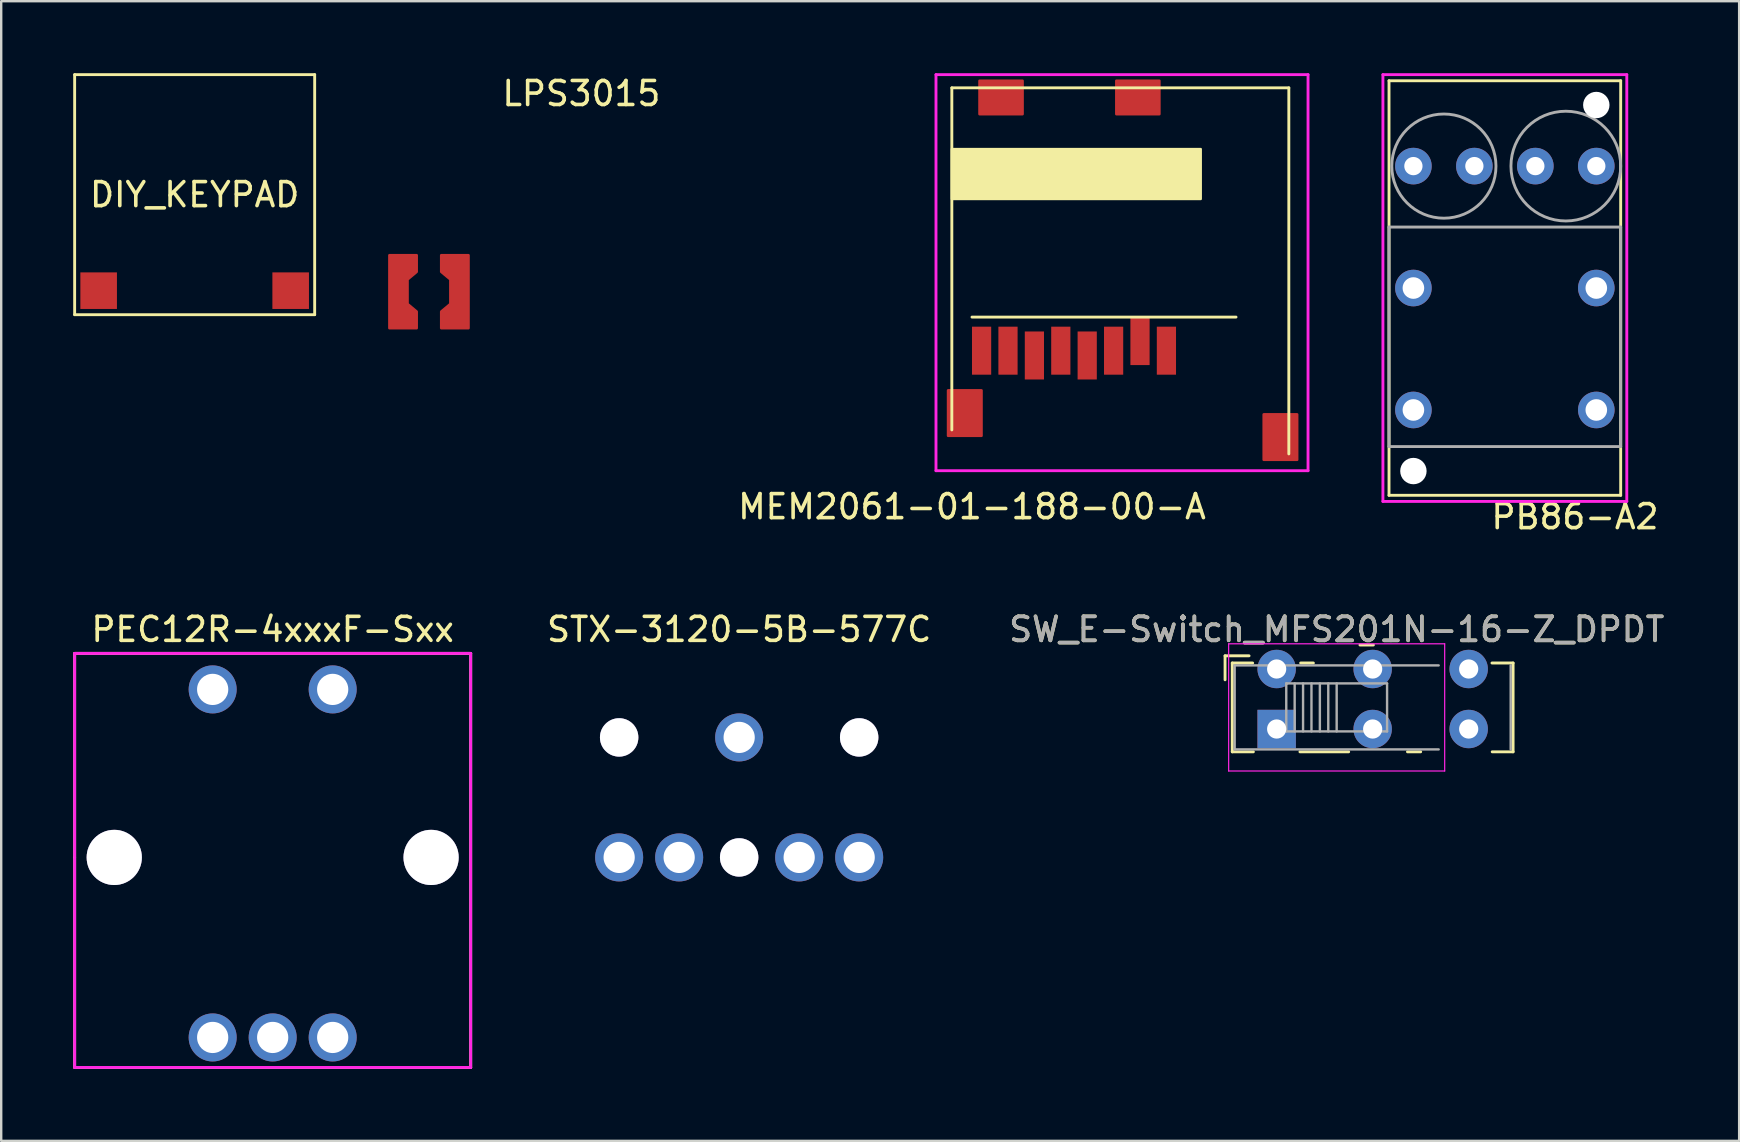
<source format=kicad_pcb>
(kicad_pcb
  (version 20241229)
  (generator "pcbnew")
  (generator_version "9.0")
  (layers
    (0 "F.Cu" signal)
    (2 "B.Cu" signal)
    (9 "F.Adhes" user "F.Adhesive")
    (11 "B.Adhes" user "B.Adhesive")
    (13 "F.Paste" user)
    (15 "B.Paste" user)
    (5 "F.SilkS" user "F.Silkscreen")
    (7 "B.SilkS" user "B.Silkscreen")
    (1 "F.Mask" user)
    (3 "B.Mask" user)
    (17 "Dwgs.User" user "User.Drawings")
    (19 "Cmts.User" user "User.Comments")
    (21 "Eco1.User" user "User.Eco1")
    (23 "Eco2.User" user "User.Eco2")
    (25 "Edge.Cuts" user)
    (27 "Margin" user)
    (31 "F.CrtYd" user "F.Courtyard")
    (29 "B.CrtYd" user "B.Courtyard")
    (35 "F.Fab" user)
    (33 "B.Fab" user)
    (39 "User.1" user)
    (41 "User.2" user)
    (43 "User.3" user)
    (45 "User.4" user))
  (footprint "PEC12R-4xxxF-Sxx"
    (layer "F.Cu")
    (at 8.31 25.672)
    (property "Reference" "PEC12R-4xxxF-Sxx" (at 0 -2.5 0) (layer "F.SilkS") (effects (font (size 1 1) (thickness 0.15))))
    (attr through_hole)
    (fp_line (start -8.25 -1.5) (end 8.25 -1.5) (stroke (width 0.12) (type solid)) (layer "F.SilkS"))
    (fp_line (start -8.25 7) (end -8.25 -1.5) (stroke (width 0.12) (type solid)) (layer "F.SilkS"))
    (fp_line (start -8.25 15.75) (end -8.25 7) (stroke (width 0.12) (type solid)) (layer "F.SilkS"))
    (fp_line (start 8.25 -1.5) (end 8.25 15.75) (stroke (width 0.12) (type solid)) (layer "F.SilkS"))
    (fp_line (start 8.25 15.75) (end -8.25 15.75) (stroke (width 0.12) (type solid)) (layer "F.SilkS"))
    (fp_line (start -8.25 -1.5) (end 8.25 -1.5) (stroke (width 0.12) (type solid)) (layer "F.CrtYd"))
    (fp_line (start -8.25 15.75) (end -8.25 -1.5) (stroke (width 0.12) (type solid)) (layer "F.CrtYd"))
    (fp_line (start 8.25 -1.5) (end 8.25 15.75) (stroke (width 0.12) (type solid)) (layer "F.CrtYd"))
    (fp_line (start 8.25 15.75) (end -8.25 15.75) (stroke (width 0.12) (type solid)) (layer "F.CrtYd"))
    (pad "1" thru_hole circle (at -2.5 0) (size 2 2) (drill 1.3) (layers "*.Cu" "*.Mask"))
    (pad "2" thru_hole circle (at 2.5 0) (size 2 2) (drill 1.3) (layers "*.Cu" "*.Mask"))
    (pad "3" thru_hole circle (at -2.5 14.5) (size 2 2) (drill 1.3) (layers "*.Cu" "*.Mask"))
    (pad "4" thru_hole circle (at 0 14.5) (size 2 2) (drill 1.3) (layers "*.Cu" "*.Mask"))
    (pad "5" thru_hole circle (at 2.5 14.5) (size 2 2) (drill 1.3) (layers "*.Cu" "*.Mask"))
    (pad "6" thru_hole circle (at 6.6 7) (size 2.3 2.3) (drill 2.3) (layers "*.Cu" "*.Mask"))
    (pad "7" thru_hole circle (at -6.6 7) (size 2.3 2.3) (drill 2.3) (layers "*.Cu" "*.Mask")))
  (footprint "MEM2061-01-188-00-A"
    (layer "F.Cu")
    (at 37.445 10.56)
    (property "Reference" "MEM2061-01-188-00-A" (at 0 7.5 0) (layer "F.SilkS") (effects (font (size 1 1) (thickness 0.15))))
    (attr through_hole)
    (fp_line (start -0.84 -9.95) (end 13.2 -9.95) (stroke (width 0.12) (type solid)) (layer "F.SilkS"))
    (fp_line (start -0.84 4.3) (end -0.84 -9.95) (stroke (width 0.12) (type solid)) (layer "F.SilkS"))
    (fp_line (start 11 -0.4) (end 0 -0.4) (stroke (width 0.12) (type solid)) (layer "F.SilkS"))
    (fp_line (start 13.2 -9.95) (end 13.2 5.3) (stroke (width 0.12) (type solid)) (layer "F.SilkS"))
    (fp_poly (pts (xy 9.53 -5.32) (xy -0.84 -5.32) (xy -0.84 -7.4) (xy 9.53 -7.4)) (stroke (width 0.1) (type solid)) (fill yes) (layer "F.SilkS"))
    (fp_line (start -1.5 -10.5) (end 14 -10.5) (stroke (width 0.12) (type solid)) (layer "F.CrtYd"))
    (fp_line (start -1.5 6) (end -1.5 -10.5) (stroke (width 0.12) (type solid)) (layer "F.CrtYd"))
    (fp_line (start 14 -10.5) (end 14 6) (stroke (width 0.12) (type solid)) (layer "F.CrtYd"))
    (fp_line (start 14 6) (end -1.5 6) (stroke (width 0.12) (type solid)) (layer "F.CrtYd"))
    (pad "1" smd rect (at 8.1 1) (size 0.8 2) (layers "F.Cu" "F.Mask" "F.Paste"))
    (pad "2" smd rect (at 7 0.6) (size 0.8 2) (layers "F.Cu" "F.Mask" "F.Paste"))
    (pad "3" smd rect (at 5.9 1) (size 0.8 2) (layers "F.Cu" "F.Mask" "F.Paste"))
    (pad "4" smd rect (at 4.8 1.2) (size 0.8 2) (layers "F.Cu" "F.Mask" "F.Paste"))
    (pad "5" smd rect (at 3.7 1) (size 0.8 2) (layers "F.Cu" "F.Mask" "F.Paste"))
    (pad "6" smd rect (at 2.6 1.2) (size 0.8 2) (layers "F.Cu" "F.Mask" "F.Paste"))
    (pad "7" smd rect (at 1.5 1) (size 0.8 2) (layers "F.Cu" "F.Mask" "F.Paste"))
    (pad "8" smd rect (at 0.4 1) (size 0.8 2) (layers "F.Cu" "F.Mask" "F.Paste"))
    (pad "9" smd custom (at 12.7 5.08) (size 1 1) (layers "F.Cu" "F.Mask" "F.Paste") (options (anchor circle)) (primitives (gr_poly (pts (xy 0.85 0.47) (xy -0.55 0.47) (xy -0.55 -1.43) (xy 0.85 -1.43)) (width 0.1) (fill yes))))
    (pad "10" smd custom (at -0.25 3.5) (size 1 1) (layers "F.Cu" "F.Mask" "F.Paste") (options (anchor circle)) (primitives (gr_poly (pts (xy 0.65 1.05) (xy -0.75 1.05) (xy -0.75 -0.85) (xy 0.65 -0.85)) (width 0.1) (fill yes))))
    (pad "12" smd custom (at 1.25 -9.5) (size 1 1) (layers "F.Cu" "F.Mask" "F.Paste") (options (anchor circle)) (primitives (gr_poly (pts (xy 0.86 0.65) (xy -0.94 0.65) (xy -0.94 -0.75) (xy 0.86 -0.75)) (width 0.1) (fill yes))))
    (pad "13" smd custom (at 7 -9.5) (size 1 1) (layers "F.Cu" "F.Mask" "F.Paste") (options (anchor circle)) (primitives (gr_poly (pts (xy 0.81 0.65) (xy -0.99 0.65) (xy -0.99 -0.75) (xy 0.81 -0.75)) (width 0.1) (fill yes)))))
  (footprint "LPS3015"
    (layer "F.Cu")
    (at 14.821 9.103)
    (property "Reference" "LPS3015" (at 6.35 -8.255 0) (layer "F.SilkS") (effects (font (size 1 1) (thickness 0.15))))
    (attr smd)
    (pad "1" smd custom (at -1.27 0) (size 0.127 0.127) (layers "F.Cu" "F.Mask" "F.Paste") (options (anchor circle)) (primitives (gr_poly (pts (xy 0.762 -0.889) (xy 0.762 -0.826) (xy 0.381 -0.508) (xy 0.381 0) (xy 0.381 0.508) (xy 0.762 0.826) (xy 0.762 0.921) (xy 0.762 1.524) (xy -0.381 1.524) (xy -0.381 -0.254) (xy -0.381 -1.524) (xy 0.762 -1.524)) (width 0.1) (fill yes))))
    (pad "2" smd custom (at 1.27 0 180) (size 0.127 0.127) (layers "F.Cu" "F.Mask" "F.Paste") (options (anchor circle)) (primitives (gr_poly (pts (xy 0.762 -0.889) (xy 0.762 -0.826) (xy 0.381 -0.508) (xy 0.381 0) (xy 0.381 0.508) (xy 0.762 0.826) (xy 0.762 0.921) (xy 0.762 1.524) (xy -0.381 1.524) (xy -0.381 -0.254) (xy -0.381 -1.524) (xy 0.762 -1.524)) (width 0.1) (fill yes)))))
  (footprint "DIY_KEYPAD"
    (layer "F.Cu")
    (at 5.06 5.06)
    (property "Reference" "DIY_KEYPAD" (at 0 0 0) (layer "F.SilkS") (effects (font (size 1 1) (thickness 0.15))))
    (attr through_hole)
    (fp_line (start -5 -5) (end 5 -5) (stroke (width 0.12) (type solid)) (layer "F.SilkS"))
    (fp_line (start -5 5) (end -5 -5) (stroke (width 0.12) (type solid)) (layer "F.SilkS"))
    (fp_line (start 5 -5) (end 5 5) (stroke (width 0.12) (type solid)) (layer "F.SilkS"))
    (fp_line (start 5 5) (end -5 5) (stroke (width 0.12) (type solid)) (layer "F.SilkS"))
    (pad "1" smd rect (at -4 4) (size 1.524 1.524) (layers "F.Cu" "F.Mask" "F.Paste"))
    (pad "2" smd rect (at 4 4) (size 1.524 1.524) (layers "F.Cu" "F.Mask" "F.Paste")))
  (footprint "SW_E-Switch_MFS201N−16−Z_DPDT"
    (layer "F.Cu")
    (at 50.138 24.822)
    (property "Reference" "SW_E-Switch_MFS201N−16−Z_DPDT" (at 2.5 -1.65 0) (layer "F.SilkS") (effects (font (size 1 1) (thickness 0.15))))
    (attr through_hole)
    (fp_line (start -2.15 -0.55) (end -1.15 -0.55) (stroke (width 0.12) (type solid)) (layer "F.SilkS"))
    (fp_line (start -2.15 0.45) (end -2.15 -0.55) (stroke (width 0.12) (type solid)) (layer "F.SilkS"))
    (fp_line (start -1.85 -0.25) (end -1 -0.25) (stroke (width 0.12) (type solid)) (layer "F.SilkS"))
    (fp_line (start -1.85 3.45) (end -1.85 -0.25) (stroke (width 0.12) (type solid)) (layer "F.SilkS"))
    (fp_line (start -0.97 3.45) (end -1.85 3.45) (stroke (width 0.12) (type solid)) (layer "F.SilkS"))
    (fp_line (start 1 -0.25) (end 1.53 -0.25) (stroke (width 0.12) (type solid)) (layer "F.SilkS"))
    (fp_line (start 3 3.45) (end 0.97 3.45) (stroke (width 0.12) (type solid)) (layer "F.SilkS"))
    (fp_line (start 3.47 -1) (end 4.03 -1) (stroke (width 0.12) (type solid)) (layer "F.SilkS"))
    (fp_line (start 6 3.45) (end 5.45 3.45) (stroke (width 0.12) (type solid)) (layer "F.SilkS"))
    (fp_line (start 8.97 -0.25) (end 9.85 -0.25) (stroke (width 0.12) (type solid)) (layer "F.SilkS"))
    (fp_line (start 9.85 -0.25) (end 9.85 3.45) (stroke (width 0.12) (type solid)) (layer "F.SilkS"))
    (fp_line (start 9.85 3.45) (end 8.98 3.45) (stroke (width 0.12) (type solid)) (layer "F.SilkS"))
    (fp_line (start -2 -1.05) (end 7 -1.05) (stroke (width 0.05) (type solid)) (layer "F.CrtYd"))
    (fp_line (start -2 4.25) (end -2 -1.05) (stroke (width 0.05) (type solid)) (layer "F.CrtYd"))
    (fp_line (start 7 -1.05) (end 7 4.25) (stroke (width 0.05) (type solid)) (layer "F.CrtYd"))
    (fp_line (start 7 4.25) (end -2 4.25) (stroke (width 0.05) (type solid)) (layer "F.CrtYd"))
    (fp_line (start -1.75 -0.15) (end -1.75 3.35) (stroke (width 0.1) (type solid)) (layer "F.Fab"))
    (fp_line (start -1.75 -0.15) (end 6.75 -0.15) (stroke (width 0.1) (type solid)) (layer "F.Fab"))
    (fp_line (start 0.4 0.6) (end 0.4 2.6) (stroke (width 0.1) (type solid)) (layer "F.Fab"))
    (fp_line (start 0.4 0.6) (end 4.6 0.6) (stroke (width 0.1) (type solid)) (layer "F.Fab"))
    (fp_line (start 0.75 0.6) (end 0.75 2.6) (stroke (width 0.1) (type solid)) (layer "F.Fab"))
    (fp_line (start 1.1 0.6) (end 1.1 2.6) (stroke (width 0.1) (type solid)) (layer "F.Fab"))
    (fp_line (start 1.45 0.6) (end 1.45 2.6) (stroke (width 0.1) (type solid)) (layer "F.Fab"))
    (fp_line (start 1.8 0.6) (end 1.8 2.6) (stroke (width 0.1) (type solid)) (layer "F.Fab"))
    (fp_line (start 2.15 0.6) (end 2.15 2.6) (stroke (width 0.1) (type solid)) (layer "F.Fab"))
    (fp_line (start 2.5 0.6) (end 2.5 2.6) (stroke (width 0.1) (type solid)) (layer "F.Fab"))
    (fp_line (start 4.6 0.6) (end 4.6 2.6) (stroke (width 0.1) (type solid)) (layer "F.Fab"))
    (fp_line (start 4.6 2.6) (end 0.4 2.6) (stroke (width 0.1) (type solid)) (layer "F.Fab"))
    (fp_line (start 6.75 3.35) (end -1.75 3.35) (stroke (width 0.1) (type solid)) (layer "F.Fab"))
    (fp_line (start 9.75 -0.15) (end 9.75 3.35) (stroke (width 0.1) (type solid)) (layer "F.Fab"))
    (fp_text user "${REFERENCE}" (at 2.5 -1.65 0) (layer "F.Fab") (effects (font (size 1 1) (thickness 0.15))))
    (pad "1" thru_hole rect (at 0 2.5) (size 1.6 1.6) (drill 0.8) (layers "*.Cu" "*.Mask"))
    (pad "2" thru_hole circle (at 4 2.5) (size 1.6 1.6) (drill 0.8) (layers "*.Cu" "*.Mask"))
    (pad "3" thru_hole circle (at 8 2.5) (size 1.6 1.6) (drill 0.8) (layers "*.Cu" "*.Mask"))
    (pad "4" thru_hole circle (at 0 0) (size 1.6 1.6) (drill 0.8) (layers "*.Cu" "*.Mask"))
    (pad "5" thru_hole circle (at 4 0) (size 1.6 1.6) (drill 0.8) (layers "*.Cu" "*.Mask"))
    (pad "6" thru_hole circle (at 8 0) (size 1.6 1.6) (drill 0.8) (layers "*.Cu" "*.Mask")))
  (footprint "STX-3120-5B-577C"
    (layer "F.Cu")
    (at 27.745 27.672)
    (property "Reference" "STX-3120-5B-577C" (at 0 -4.5 0) (layer "F.SilkS") (effects (font (size 1 1) (thickness 0.15))))
    (attr through_hole)
    (pad "1" thru_hole circle (at 0 0) (size 2 2) (drill 1.3) (layers "*.Cu" "*.Mask"))
    (pad "2" thru_hole circle (at 5 5) (size 2 2) (drill 1.3) (layers "*.Cu" "*.Mask"))
    (pad "3" thru_hole circle (at 2.5 5) (size 2 2) (drill 1.3) (layers "*.Cu" "*.Mask"))
    (pad "4" thru_hole circle (at -2.5 5) (size 2 2) (drill 1.3) (layers "*.Cu" "*.Mask"))
    (pad "5" thru_hole circle (at -5 5) (size 2 2) (drill 1.3) (layers "*.Cu" "*.Mask"))
    (pad "6" thru_hole circle (at -5 0) (size 1.6 1.6) (drill 1.6) (layers "*.Cu" "*.Mask"))
    (pad "7" thru_hole circle (at 5 0) (size 1.6 1.6) (drill 1.6) (layers "*.Cu" "*.Mask"))
    (pad "8" thru_hole circle (at 0 5) (size 1.6 1.6) (drill 1.6) (layers "*.Cu" "*.Mask")))
  (footprint "PB86-A2"
    (layer "F.Cu")
    (at 55.835 8.95)
    (property "Reference" "PB86-A2" (at 6.731 9.525 0) (layer "F.SilkS") (effects (font (size 1 1) (thickness 0.15))))
    (attr through_hole)
    (fp_line (start -1.016 -8.636) (end 8.636 -8.636) (stroke (width 0.12) (type solid)) (layer "F.SilkS"))
    (fp_line (start -1.016 8.636) (end -1.016 -8.636) (stroke (width 0.12) (type solid)) (layer "F.SilkS"))
    (fp_line (start 8.636 -8.636) (end 8.636 8.636) (stroke (width 0.12) (type solid)) (layer "F.SilkS"))
    (fp_line (start 8.636 8.636) (end -1.016 8.636) (stroke (width 0.12) (type solid)) (layer "F.SilkS"))
    (fp_line (start -1.27 -8.89) (end 8.89 -8.89) (stroke (width 0.12) (type solid)) (layer "F.CrtYd"))
    (fp_line (start -1.27 8.89) (end -1.27 -8.89) (stroke (width 0.12) (type solid)) (layer "F.CrtYd"))
    (fp_line (start 8.89 -8.89) (end 8.89 8.89) (stroke (width 0.12) (type solid)) (layer "F.CrtYd"))
    (fp_line (start 8.89 8.89) (end -1.27 8.89) (stroke (width 0.12) (type solid)) (layer "F.CrtYd"))
    (fp_line (start -1.016 -2.54) (end 8.636 -2.54) (stroke (width 0.12) (type solid)) (layer "F.Fab"))
    (fp_line (start -1.016 6.604) (end -1.016 -2.54) (stroke (width 0.12) (type solid)) (layer "F.Fab"))
    (fp_line (start 8.636 -2.54) (end 8.636 6.604) (stroke (width 0.12) (type solid)) (layer "F.Fab"))
    (fp_line (start 8.636 6.604) (end -1.016 6.604) (stroke (width 0.12) (type solid)) (layer "F.Fab"))
    (fp_circle (center 1.27 -5.08) (end 3.302 -5.842) (stroke (width 0.12) (type solid)) (fill no) (layer "F.Fab"))
    (fp_circle (center 6.35 -5.08) (end 4.064 -5.08) (stroke (width 0.12) (type solid)) (fill no) (layer "F.Fab"))
    (pad "" np_thru_hole circle (at 0 7.625) (size 1.1 1.1) (drill 1.1) (layers "*.Cu" "*.Mask"))
    (pad "" np_thru_hole circle (at 7.62 -7.625) (size 1.1 1.1) (drill 1.1) (layers "*.Cu" "*.Mask"))
    (pad "1" thru_hole circle (at 0 0) (size 1.524 1.524) (drill 0.9) (layers "*.Cu" "*.Mask"))
    (pad "1" thru_hole circle (at 7.62 0) (size 1.524 1.524) (drill 0.9) (layers "*.Cu" "*.Mask"))
    (pad "2" thru_hole circle (at 0 5.08) (size 1.524 1.524) (drill 0.9) (layers "*.Cu" "*.Mask"))
    (pad "3" thru_hole circle (at 7.62 5.08) (size 1.524 1.524) (drill 0.9) (layers "*.Cu" "*.Mask"))
    (pad "4" thru_hole circle (at 0 -5.08) (size 1.524 1.524) (drill 0.762) (layers "*.Cu" "*.Mask"))
    (pad "5" thru_hole circle (at 2.54 -5.08) (size 1.524 1.524) (drill 0.762) (layers "*.Cu" "*.Mask"))
    (pad "6" thru_hole circle (at 5.08 -5.08) (size 1.524 1.524) (drill 0.762) (layers "*.Cu" "*.Mask"))
    (pad "7" thru_hole circle (at 7.62 -5.08) (size 1.524 1.524) (drill 0.762) (layers "*.Cu" "*.Mask")))
  (gr_rect
    (start -3 -3)
    (end 69.406 44.481)
    (stroke (width 0.1) (type default))
    (fill no)
    (layer "Edge.Cuts")))
</source>
